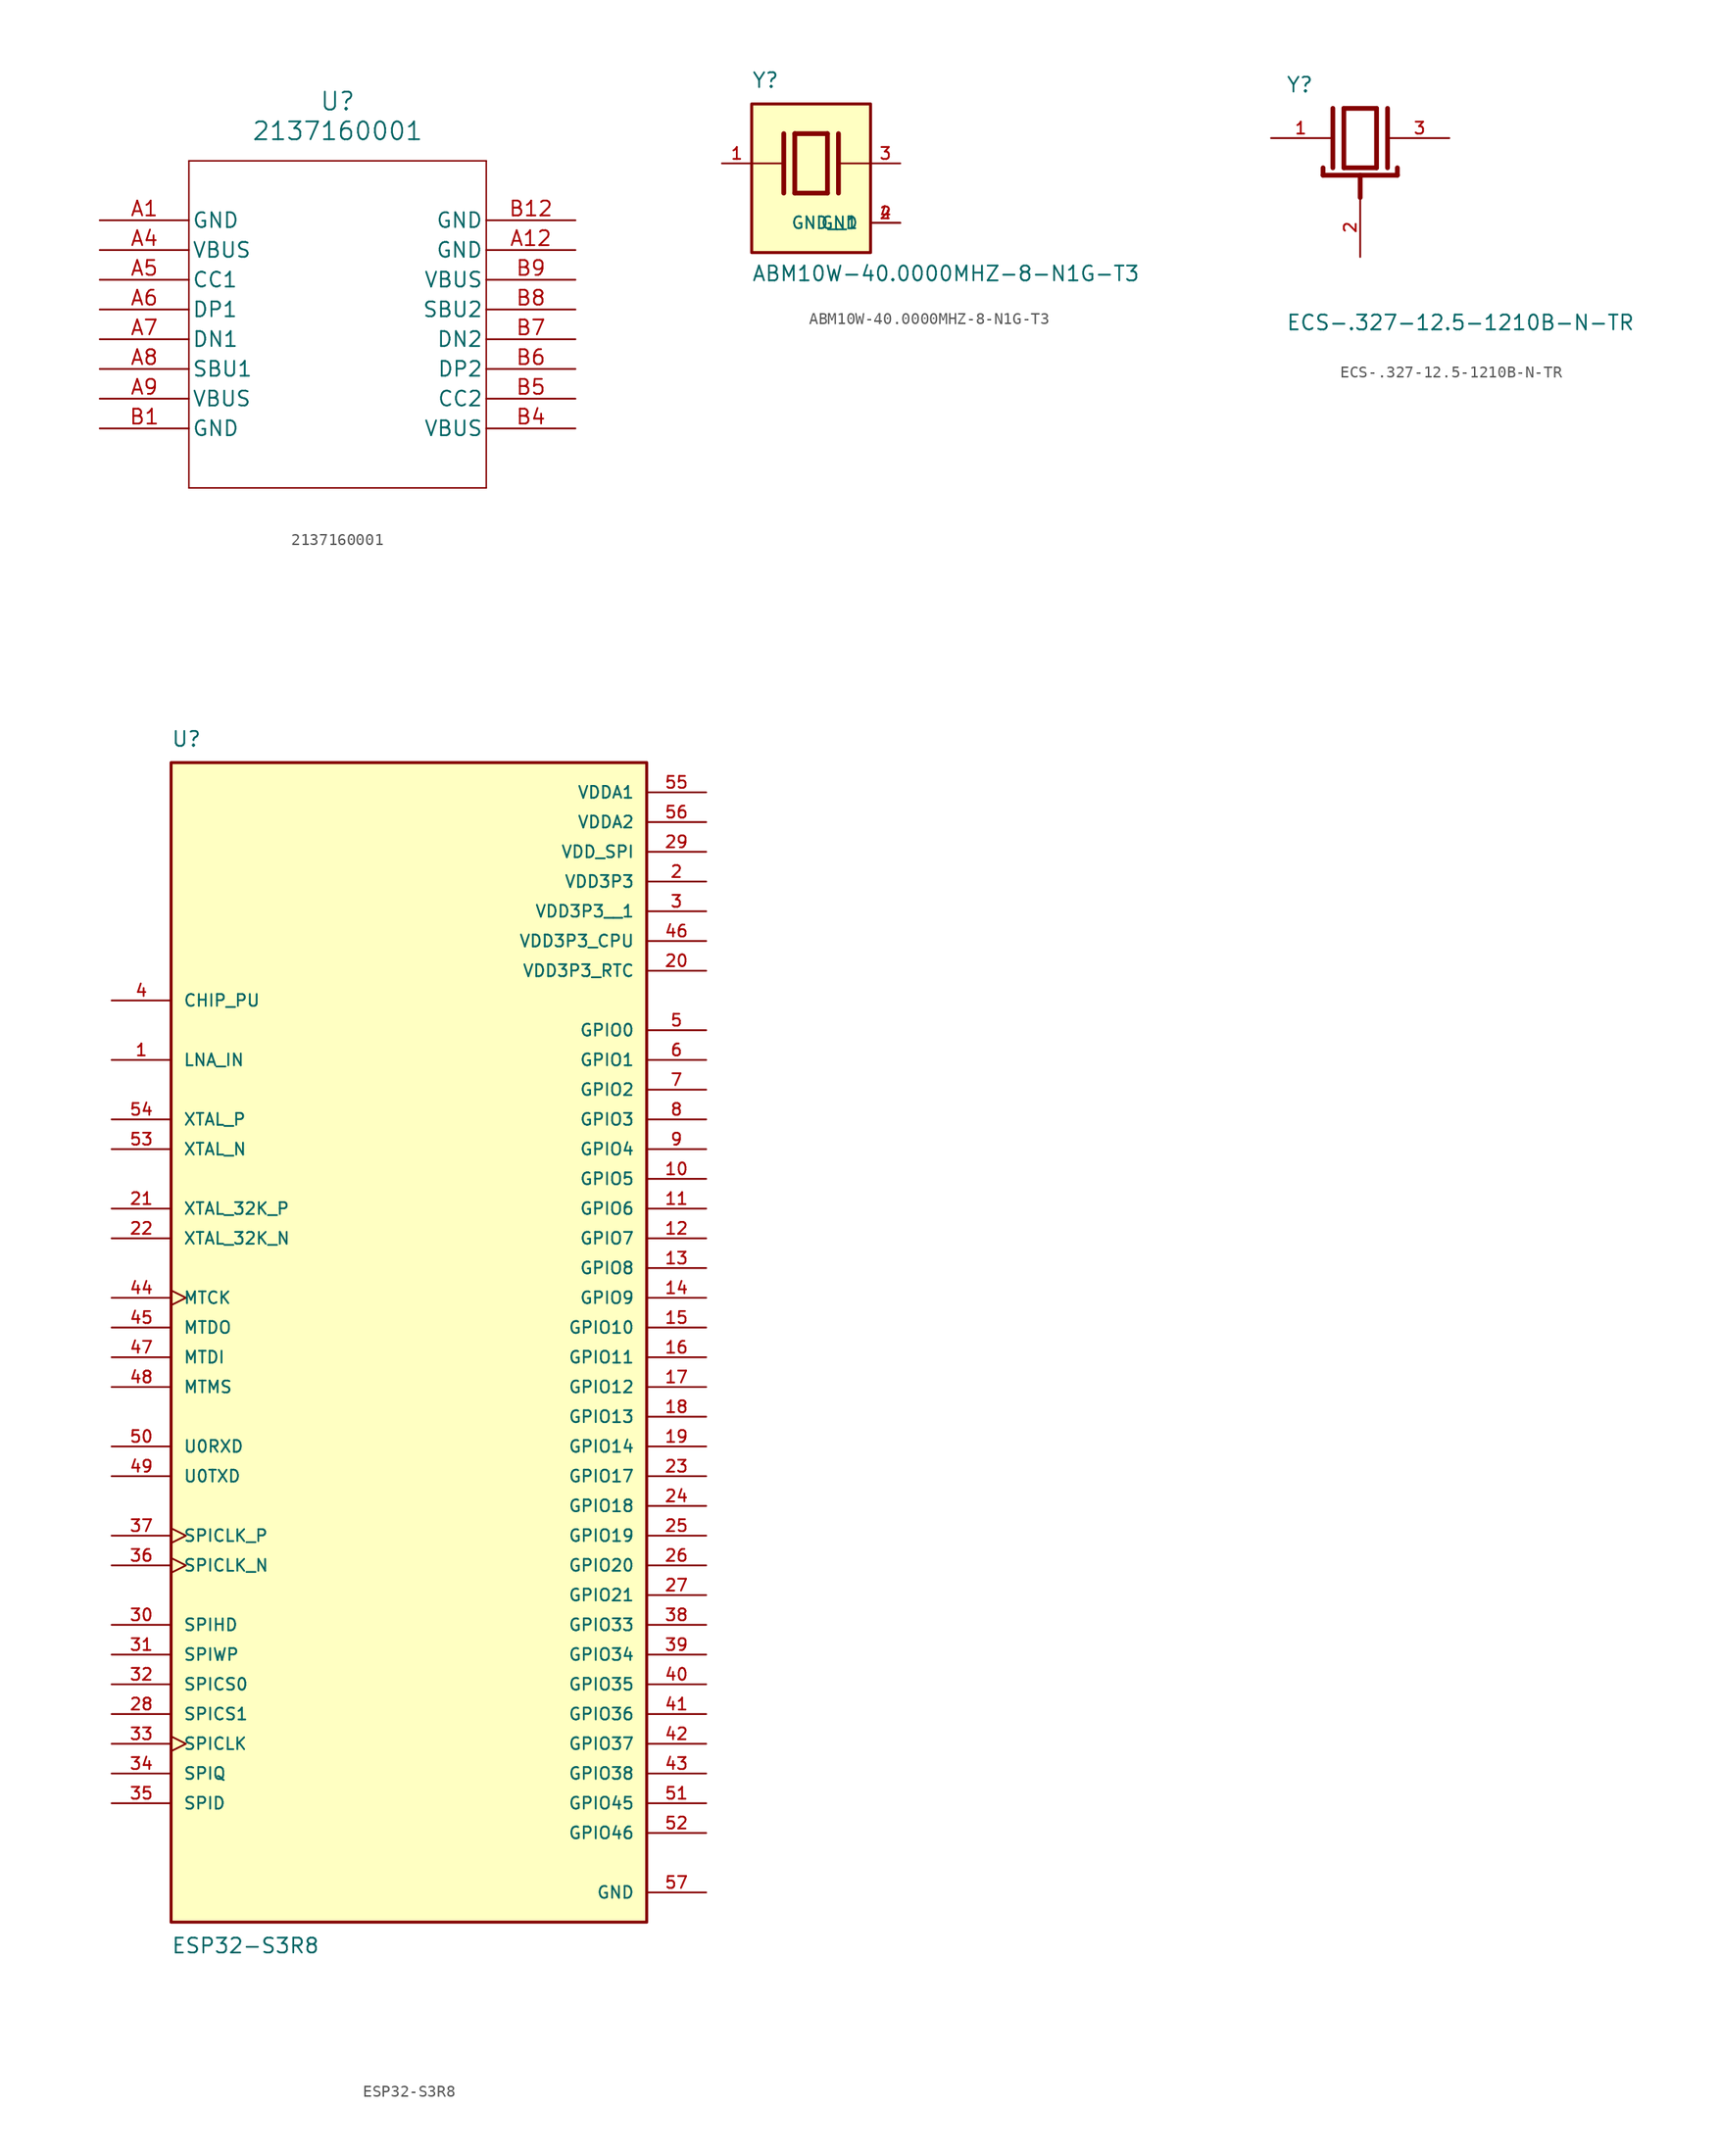
<source format=kicad_sym>
(kicad_symbol_lib
  (version 20241209)
  (generator "kicad_symbol_editor")
  (generator_version "9.0")
  (symbol "2137160001"
    (pin_names
      (offset 0.254))
    (property "Reference" "U"
      (at 20.32 10.16 0)
      (effects (font (size 1.524 1.524))))
    (property "Value" "2137160001"
      (at 20.32 7.62 0)
      (effects (font (size 1.524 1.524))))
    (property "ki_locked" ""
      (at 0 0 0)
      (effects (font (size 1.27 1.27))))
    (symbol "2137160001_0_1"
      (polyline (pts (xy 7.62 5.08) (xy 7.62 -22.86)) (stroke (width 0.127) (type default)) (fill (type none)))
      (polyline (pts (xy 7.62 -22.86) (xy 33.02 -22.86)) (stroke (width 0.127) (type default)) (fill (type none)))
      (polyline (pts (xy 33.02 5.08) (xy 7.62 5.08)) (stroke (width 0.127) (type default)) (fill (type none)))
      (polyline (pts (xy 33.02 -22.86) (xy 33.02 5.08)) (stroke (width 0.127) (type default)) (fill (type none)))
      (pin power_out line (at 0 0 0) (length 7.62) (name "GND" (effects (font (size 1.27 1.27)))) (number "A1" (effects (font (size 1.27 1.27)))))
      (pin power_in line (at 0 -2.54 0) (length 7.62) (name "VBUS" (effects (font (size 1.27 1.27)))) (number "A4" (effects (font (size 1.27 1.27)))))
      (pin bidirectional line (at 0 -5.08 0) (length 7.62) (name "CC1" (effects (font (size 1.27 1.27)))) (number "A5" (effects (font (size 1.27 1.27)))))
      (pin bidirectional line (at 0 -7.62 0) (length 7.62) (name "DP1" (effects (font (size 1.27 1.27)))) (number "A6" (effects (font (size 1.27 1.27)))))
      (pin bidirectional line (at 0 -10.16 0) (length 7.62) (name "DN1" (effects (font (size 1.27 1.27)))) (number "A7" (effects (font (size 1.27 1.27)))))
      (pin bidirectional line (at 0 -12.7 0) (length 7.62) (name "SBU1" (effects (font (size 1.27 1.27)))) (number "A8" (effects (font (size 1.27 1.27)))))
      (pin power_in line (at 0 -15.24 0) (length 7.62) (name "VBUS" (effects (font (size 1.27 1.27)))) (number "A9" (effects (font (size 1.27 1.27)))))
      (pin power_out line (at 0 -17.78 0) (length 7.62) (name "GND" (effects (font (size 1.27 1.27)))) (number "B1" (effects (font (size 1.27 1.27)))))
      (pin power_out line (at 40.64 0 180) (length 7.62) (name "GND" (effects (font (size 1.27 1.27)))) (number "B12" (effects (font (size 1.27 1.27)))))
      (pin power_out line (at 40.64 -2.54 180) (length 7.62) (name "GND" (effects (font (size 1.27 1.27)))) (number "A12" (effects (font (size 1.27 1.27)))))
      (pin power_in line (at 40.64 -5.08 180) (length 7.62) (name "VBUS" (effects (font (size 1.27 1.27)))) (number "B9" (effects (font (size 1.27 1.27)))))
      (pin bidirectional line (at 40.64 -7.62 180) (length 7.62) (name "SBU2" (effects (font (size 1.27 1.27)))) (number "B8" (effects (font (size 1.27 1.27)))))
      (pin bidirectional line (at 40.64 -10.16 180) (length 7.62) (name "DN2" (effects (font (size 1.27 1.27)))) (number "B7" (effects (font (size 1.27 1.27)))))
      (pin bidirectional line (at 40.64 -12.7 180) (length 7.62) (name "DP2" (effects (font (size 1.27 1.27)))) (number "B6" (effects (font (size 1.27 1.27)))))
      (pin bidirectional line (at 40.64 -15.24 180) (length 7.62) (name "CC2" (effects (font (size 1.27 1.27)))) (number "B5" (effects (font (size 1.27 1.27)))))
      (pin power_in line (at 40.64 -17.78 180) (length 7.62) (name "VBUS" (effects (font (size 1.27 1.27)))) (number "B4" (effects (font (size 1.27 1.27)))))))
  (symbol "ABM10W-40.0000MHZ-8-N1G-T3"
    (pin_names
      (offset 1.016))
    (property "Reference" "Y"
      (at -5.088 6.356 0)
      (effects (font (size 1.27 1.27)) (justify left bottom)))
    (property "Value" "ABM10W-40.0000MHZ-8-N1G-T3"
      (at -5.094 -10.16 0)
      (effects (font (size 1.27 1.27)) (justify left bottom)))
    (symbol "ABM10W-40.0000MHZ-8-N1G-T3_0_0"
      (polyline (pts (xy -5.08 0) (xy -2.54 0)) (stroke (width 0.152) (type default)) (fill (type none)))
      (rectangle (start -5.08 -7.62) (end 5.08 5.08) (stroke (width 0.254) (type default)) (fill (type background)))
      (polyline (pts (xy -2.337 2.54) (xy -2.337 -2.54)) (stroke (width 0.406) (type default)) (fill (type none)))
      (polyline (pts (xy -1.397 2.54) (xy -1.397 -2.54)) (stroke (width 0.406) (type default)) (fill (type none)))
      (polyline (pts (xy -1.397 2.54) (xy 1.397 2.54)) (stroke (width 0.406) (type default)) (fill (type none)))
      (polyline (pts (xy 1.397 2.54) (xy 1.397 -2.54)) (stroke (width 0.406) (type default)) (fill (type none)))
      (polyline (pts (xy 1.397 -2.54) (xy -1.397 -2.54)) (stroke (width 0.406) (type default)) (fill (type none)))
      (polyline (pts (xy 2.337 2.54) (xy 2.337 -2.54)) (stroke (width 0.406) (type default)) (fill (type none)))
      (polyline (pts (xy 2.54 0) (xy 5.08 0)) (stroke (width 0.152) (type default)) (fill (type none)))
      (pin passive line (at -7.62 0 0) (length 2.54) (name "~" (effects (font (size 1.016 1.016)))) (number "1" (effects (font (size 1.016 1.016)))))
      (pin passive line (at 7.62 0 180) (length 2.54) (name "~" (effects (font (size 1.016 1.016)))) (number "3" (effects (font (size 1.016 1.016)))))
      (pin power_in line (at 7.62 -5.08 180) (length 2.54) (name "GND" (effects (font (size 1.016 1.016)))) (number "2" (effects (font (size 1.016 1.016)))))
      (pin power_in line (at 7.62 -5.08 180) (length 2.54) (name "GND__1" (effects (font (size 1.016 1.016)))) (number "4" (effects (font (size 1.016 1.016)))))))
  (symbol "ECS-.327-12.5-1210B-N-TR"
    (pin_names
      (offset 1.016))
    (property "Reference" "Y"
      (at -6.35 3.81 0)
      (effects (font (size 1.27 1.27)) (justify left bottom)))
    (property "Value" "ECS-.327-12.5-1210B-N-TR"
      (at -6.35 -16.51 0)
      (effects (font (size 1.27 1.27)) (justify left bottom)))
    (symbol "ECS-.327-12.5-1210B-N-TR_0_0"
      (polyline (pts (xy -3.175 -3.175) (xy -3.175 -2.54)) (stroke (width 0.406) (type default)) (fill (type none)))
      (polyline (pts (xy -2.337 2.54) (xy -2.337 -2.54)) (stroke (width 0.406) (type default)) (fill (type none)))
      (polyline (pts (xy -1.397 2.54) (xy -1.397 -2.54)) (stroke (width 0.406) (type default)) (fill (type none)))
      (polyline (pts (xy -1.397 2.54) (xy 1.397 2.54)) (stroke (width 0.406) (type default)) (fill (type none)))
      (polyline (pts (xy 0 -5.08) (xy 0 -3.175)) (stroke (width 0.406) (type default)) (fill (type none)))
      (polyline (pts (xy 1.397 2.54) (xy 1.397 -2.54)) (stroke (width 0.406) (type default)) (fill (type none)))
      (polyline (pts (xy 1.397 -2.54) (xy -1.397 -2.54)) (stroke (width 0.406) (type default)) (fill (type none)))
      (polyline (pts (xy 2.337 2.54) (xy 2.337 -2.54)) (stroke (width 0.406) (type default)) (fill (type none)))
      (polyline (pts (xy 3.175 -2.54) (xy 3.175 -3.175)) (stroke (width 0.406) (type default)) (fill (type none)))
      (polyline (pts (xy 3.175 -3.175) (xy -3.175 -3.175)) (stroke (width 0.406) (type default)) (fill (type none)))
      (pin passive line (at -7.62 0 0) (length 5.08) (name "~" (effects (font (size 1.016 1.016)))) (number "1" (effects (font (size 1.016 1.016)))))
      (pin power_in line (at 0 -10.16 90) (length 5.08) (name "~" (effects (font (size 1.016 1.016)))) (number "2" (effects (font (size 1.016 1.016)))))
      (pin passive line (at 7.62 0 180) (length 5.08) (name "~" (effects (font (size 1.016 1.016)))) (number "3" (effects (font (size 1.016 1.016)))))))
  (symbol "ESP32-S3R8"
    (pin_names
      (offset 1.016))
    (property "Reference" "U"
      (at -20.32 49.53 0)
      (effects (font (size 1.27 1.27)) (justify left bottom)))
    (property "Value" "ESP32-S3R8"
      (at -20.32 -52.07 0)
      (effects (font (size 1.27 1.27)) (justify left top)))
    (symbol "ESP32-S3R8_0_0"
      (rectangle (start -20.32 -50.8) (end 20.32 48.26) (stroke (width 0.254) (type default)) (fill (type background)))
      (pin input line (at -25.4 27.94 0) (length 5.08) (name "CHIP_PU" (effects (font (size 1.016 1.016)))) (number "4" (effects (font (size 1.016 1.016)))))
      (pin bidirectional line (at -25.4 22.86 0) (length 5.08) (name "LNA_IN" (effects (font (size 1.016 1.016)))) (number "1" (effects (font (size 1.016 1.016)))))
      (pin input line (at -25.4 17.78 0) (length 5.08) (name "XTAL_P" (effects (font (size 1.016 1.016)))) (number "54" (effects (font (size 1.016 1.016)))))
      (pin output line (at -25.4 15.24 0) (length 5.08) (name "XTAL_N" (effects (font (size 1.016 1.016)))) (number "53" (effects (font (size 1.016 1.016)))))
      (pin bidirectional line (at -25.4 10.16 0) (length 5.08) (name "XTAL_32K_P" (effects (font (size 1.016 1.016)))) (number "21" (effects (font (size 1.016 1.016)))))
      (pin bidirectional line (at -25.4 7.62 0) (length 5.08) (name "XTAL_32K_N" (effects (font (size 1.016 1.016)))) (number "22" (effects (font (size 1.016 1.016)))))
      (pin bidirectional clock (at -25.4 2.54 0) (length 5.08) (name "MTCK" (effects (font (size 1.016 1.016)))) (number "44" (effects (font (size 1.016 1.016)))))
      (pin bidirectional line (at -25.4 0 0) (length 5.08) (name "MTDO" (effects (font (size 1.016 1.016)))) (number "45" (effects (font (size 1.016 1.016)))))
      (pin bidirectional line (at -25.4 -2.54 0) (length 5.08) (name "MTDI" (effects (font (size 1.016 1.016)))) (number "47" (effects (font (size 1.016 1.016)))))
      (pin bidirectional line (at -25.4 -5.08 0) (length 5.08) (name "MTMS" (effects (font (size 1.016 1.016)))) (number "48" (effects (font (size 1.016 1.016)))))
      (pin bidirectional line (at -25.4 -10.16 0) (length 5.08) (name "U0RXD" (effects (font (size 1.016 1.016)))) (number "50" (effects (font (size 1.016 1.016)))))
      (pin bidirectional line (at -25.4 -12.7 0) (length 5.08) (name "U0TXD" (effects (font (size 1.016 1.016)))) (number "49" (effects (font (size 1.016 1.016)))))
      (pin bidirectional clock (at -25.4 -17.78 0) (length 5.08) (name "SPICLK_P" (effects (font (size 1.016 1.016)))) (number "37" (effects (font (size 1.016 1.016)))))
      (pin bidirectional clock (at -25.4 -20.32 0) (length 5.08) (name "SPICLK_N" (effects (font (size 1.016 1.016)))) (number "36" (effects (font (size 1.016 1.016)))))
      (pin bidirectional line (at -25.4 -25.4 0) (length 5.08) (name "SPIHD" (effects (font (size 1.016 1.016)))) (number "30" (effects (font (size 1.016 1.016)))))
      (pin bidirectional line (at -25.4 -27.94 0) (length 5.08) (name "SPIWP" (effects (font (size 1.016 1.016)))) (number "31" (effects (font (size 1.016 1.016)))))
      (pin bidirectional line (at -25.4 -30.48 0) (length 5.08) (name "SPICS0" (effects (font (size 1.016 1.016)))) (number "32" (effects (font (size 1.016 1.016)))))
      (pin bidirectional line (at -25.4 -33.02 0) (length 5.08) (name "SPICS1" (effects (font (size 1.016 1.016)))) (number "28" (effects (font (size 1.016 1.016)))))
      (pin bidirectional clock (at -25.4 -35.56 0) (length 5.08) (name "SPICLK" (effects (font (size 1.016 1.016)))) (number "33" (effects (font (size 1.016 1.016)))))
      (pin bidirectional line (at -25.4 -38.1 0) (length 5.08) (name "SPIQ" (effects (font (size 1.016 1.016)))) (number "34" (effects (font (size 1.016 1.016)))))
      (pin bidirectional line (at -25.4 -40.64 0) (length 5.08) (name "SPID" (effects (font (size 1.016 1.016)))) (number "35" (effects (font (size 1.016 1.016)))))
      (pin power_in line (at 25.4 45.72 180) (length 5.08) (name "VDDA1" (effects (font (size 1.016 1.016)))) (number "55" (effects (font (size 1.016 1.016)))))
      (pin power_in line (at 25.4 43.18 180) (length 5.08) (name "VDDA2" (effects (font (size 1.016 1.016)))) (number "56" (effects (font (size 1.016 1.016)))))
      (pin power_in line (at 25.4 40.64 180) (length 5.08) (name "VDD_SPI" (effects (font (size 1.016 1.016)))) (number "29" (effects (font (size 1.016 1.016)))))
      (pin power_in line (at 25.4 38.1 180) (length 5.08) (name "VDD3P3" (effects (font (size 1.016 1.016)))) (number "2" (effects (font (size 1.016 1.016)))))
      (pin power_in line (at 25.4 35.56 180) (length 5.08) (name "VDD3P3__1" (effects (font (size 1.016 1.016)))) (number "3" (effects (font (size 1.016 1.016)))))
      (pin power_in line (at 25.4 33.02 180) (length 5.08) (name "VDD3P3_CPU" (effects (font (size 1.016 1.016)))) (number "46" (effects (font (size 1.016 1.016)))))
      (pin power_in line (at 25.4 30.48 180) (length 5.08) (name "VDD3P3_RTC" (effects (font (size 1.016 1.016)))) (number "20" (effects (font (size 1.016 1.016)))))
      (pin bidirectional line (at 25.4 25.4 180) (length 5.08) (name "GPIO0" (effects (font (size 1.016 1.016)))) (number "5" (effects (font (size 1.016 1.016)))))
      (pin bidirectional line (at 25.4 22.86 180) (length 5.08) (name "GPIO1" (effects (font (size 1.016 1.016)))) (number "6" (effects (font (size 1.016 1.016)))))
      (pin bidirectional line (at 25.4 20.32 180) (length 5.08) (name "GPIO2" (effects (font (size 1.016 1.016)))) (number "7" (effects (font (size 1.016 1.016)))))
      (pin bidirectional line (at 25.4 17.78 180) (length 5.08) (name "GPIO3" (effects (font (size 1.016 1.016)))) (number "8" (effects (font (size 1.016 1.016)))))
      (pin bidirectional line (at 25.4 15.24 180) (length 5.08) (name "GPIO4" (effects (font (size 1.016 1.016)))) (number "9" (effects (font (size 1.016 1.016)))))
      (pin bidirectional line (at 25.4 12.7 180) (length 5.08) (name "GPIO5" (effects (font (size 1.016 1.016)))) (number "10" (effects (font (size 1.016 1.016)))))
      (pin bidirectional line (at 25.4 10.16 180) (length 5.08) (name "GPIO6" (effects (font (size 1.016 1.016)))) (number "11" (effects (font (size 1.016 1.016)))))
      (pin bidirectional line (at 25.4 7.62 180) (length 5.08) (name "GPIO7" (effects (font (size 1.016 1.016)))) (number "12" (effects (font (size 1.016 1.016)))))
      (pin bidirectional line (at 25.4 5.08 180) (length 5.08) (name "GPIO8" (effects (font (size 1.016 1.016)))) (number "13" (effects (font (size 1.016 1.016)))))
      (pin bidirectional line (at 25.4 2.54 180) (length 5.08) (name "GPIO9" (effects (font (size 1.016 1.016)))) (number "14" (effects (font (size 1.016 1.016)))))
      (pin bidirectional line (at 25.4 0 180) (length 5.08) (name "GPIO10" (effects (font (size 1.016 1.016)))) (number "15" (effects (font (size 1.016 1.016)))))
      (pin bidirectional line (at 25.4 -2.54 180) (length 5.08) (name "GPIO11" (effects (font (size 1.016 1.016)))) (number "16" (effects (font (size 1.016 1.016)))))
      (pin bidirectional line (at 25.4 -5.08 180) (length 5.08) (name "GPIO12" (effects (font (size 1.016 1.016)))) (number "17" (effects (font (size 1.016 1.016)))))
      (pin bidirectional line (at 25.4 -7.62 180) (length 5.08) (name "GPIO13" (effects (font (size 1.016 1.016)))) (number "18" (effects (font (size 1.016 1.016)))))
      (pin bidirectional line (at 25.4 -10.16 180) (length 5.08) (name "GPIO14" (effects (font (size 1.016 1.016)))) (number "19" (effects (font (size 1.016 1.016)))))
      (pin bidirectional line (at 25.4 -12.7 180) (length 5.08) (name "GPIO17" (effects (font (size 1.016 1.016)))) (number "23" (effects (font (size 1.016 1.016)))))
      (pin bidirectional line (at 25.4 -15.24 180) (length 5.08) (name "GPIO18" (effects (font (size 1.016 1.016)))) (number "24" (effects (font (size 1.016 1.016)))))
      (pin bidirectional line (at 25.4 -17.78 180) (length 5.08) (name "GPIO19" (effects (font (size 1.016 1.016)))) (number "25" (effects (font (size 1.016 1.016)))))
      (pin bidirectional line (at 25.4 -20.32 180) (length 5.08) (name "GPIO20" (effects (font (size 1.016 1.016)))) (number "26" (effects (font (size 1.016 1.016)))))
      (pin bidirectional line (at 25.4 -22.86 180) (length 5.08) (name "GPIO21" (effects (font (size 1.016 1.016)))) (number "27" (effects (font (size 1.016 1.016)))))
      (pin bidirectional line (at 25.4 -25.4 180) (length 5.08) (name "GPIO33" (effects (font (size 1.016 1.016)))) (number "38" (effects (font (size 1.016 1.016)))))
      (pin bidirectional line (at 25.4 -27.94 180) (length 5.08) (name "GPIO34" (effects (font (size 1.016 1.016)))) (number "39" (effects (font (size 1.016 1.016)))))
      (pin bidirectional line (at 25.4 -30.48 180) (length 5.08) (name "GPIO35" (effects (font (size 1.016 1.016)))) (number "40" (effects (font (size 1.016 1.016)))))
      (pin bidirectional line (at 25.4 -33.02 180) (length 5.08) (name "GPIO36" (effects (font (size 1.016 1.016)))) (number "41" (effects (font (size 1.016 1.016)))))
      (pin bidirectional line (at 25.4 -35.56 180) (length 5.08) (name "GPIO37" (effects (font (size 1.016 1.016)))) (number "42" (effects (font (size 1.016 1.016)))))
      (pin bidirectional line (at 25.4 -38.1 180) (length 5.08) (name "GPIO38" (effects (font (size 1.016 1.016)))) (number "43" (effects (font (size 1.016 1.016)))))
      (pin bidirectional line (at 25.4 -40.64 180) (length 5.08) (name "GPIO45" (effects (font (size 1.016 1.016)))) (number "51" (effects (font (size 1.016 1.016)))))
      (pin bidirectional line (at 25.4 -43.18 180) (length 5.08) (name "GPIO46" (effects (font (size 1.016 1.016)))) (number "52" (effects (font (size 1.016 1.016)))))
      (pin power_in line (at 25.4 -48.26 180) (length 5.08) (name "GND" (effects (font (size 1.016 1.016)))) (number "57" (effects (font (size 1.016 1.016))))))))
</source>
